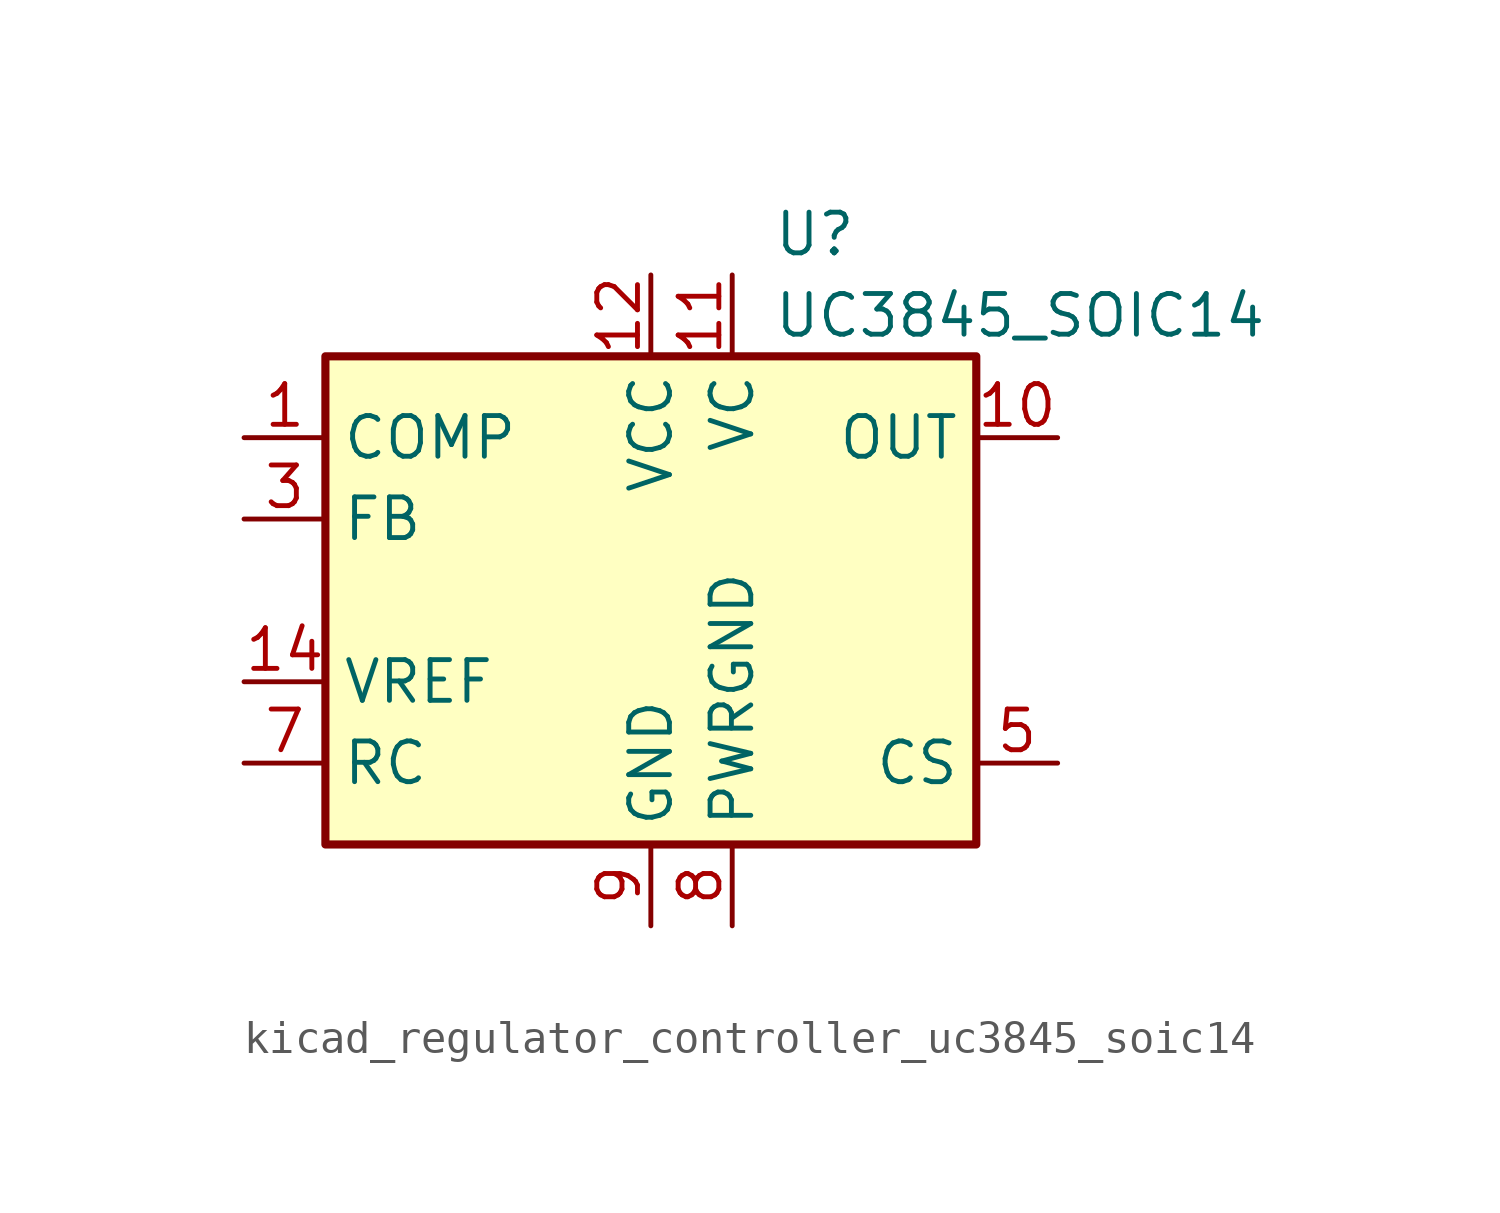
<source format=kicad_sym>
(kicad_symbol_lib
  (version 20220914)
  (generator kicad_symbol_editor)
  (symbol "kicad_regulator_controller_uc3845_soic14"
    (property "Reference" "U"
      (at 3.81 11.43 0)
      (effects (font (size 1.27 1.27)) (justify left)))
    (property "Value" "UC3845_SOIC14"
      (at 3.81 8.89 0)
      (effects (font (size 1.27 1.27)) (justify left)))
    (symbol "kicad_regulator_controller_uc3845_soic14_0_1"
      (rectangle (start -10.16 -7.62) (end 10.16 7.62) (stroke (width 0.254) (type default)) (fill (type background))))
    (symbol "kicad_regulator_controller_uc3845_soic14_1_1"
      (pin passive line (at -12.7 5.08 0) (length 2.54) (name "COMP" (effects (font (size 1.27 1.27)))) (number "1" (effects (font (size 1.27 1.27)))))
      (pin output line (at 12.7 5.08 180) (length 2.54) (name "OUT" (effects (font (size 1.27 1.27)))) (number "10" (effects (font (size 1.27 1.27)))))
      (pin power_in line (at 2.54 10.16 270) (length 2.54) (name "VC" (effects (font (size 1.27 1.27)))) (number "11" (effects (font (size 1.27 1.27)))))
      (pin power_in line (at 0 10.16 270) (length 2.54) (name "VCC" (effects (font (size 1.27 1.27)))) (number "12" (effects (font (size 1.27 1.27)))))
      (pin no_connect line (at -2.54 -7.62 90) (length 2.54) hide (name "NC" (effects (font (size 1.27 1.27)))) (number "13" (effects (font (size 1.27 1.27)))))
      (pin power_out line (at -12.7 -2.54 0) (length 2.54) (name "VREF" (effects (font (size 1.27 1.27)))) (number "14" (effects (font (size 1.27 1.27)))))
      (pin no_connect line (at -10.16 -7.62 90) (length 2.54) hide (name "NC" (effects (font (size 1.27 1.27)))) (number "2" (effects (font (size 1.27 1.27)))))
      (pin input line (at -12.7 2.54 0) (length 2.54) (name "FB" (effects (font (size 1.27 1.27)))) (number "3" (effects (font (size 1.27 1.27)))))
      (pin no_connect line (at -7.62 -7.62 90) (length 2.54) hide (name "NC" (effects (font (size 1.27 1.27)))) (number "4" (effects (font (size 1.27 1.27)))))
      (pin input line (at 12.7 -5.08 180) (length 2.54) (name "CS" (effects (font (size 1.27 1.27)))) (number "5" (effects (font (size 1.27 1.27)))))
      (pin no_connect line (at -5.08 -7.62 90) (length 2.54) hide (name "NC" (effects (font (size 1.27 1.27)))) (number "6" (effects (font (size 1.27 1.27)))))
      (pin passive line (at -12.7 -5.08 0) (length 2.54) (name "RC" (effects (font (size 1.27 1.27)))) (number "7" (effects (font (size 1.27 1.27)))))
      (pin power_in line (at 2.54 -10.16 90) (length 2.54) (name "PWRGND" (effects (font (size 1.27 1.27)))) (number "8" (effects (font (size 1.27 1.27)))))
      (pin power_in line (at 0 -10.16 90) (length 2.54) (name "GND" (effects (font (size 1.27 1.27)))) (number "9" (effects (font (size 1.27 1.27))))))))
</source>
